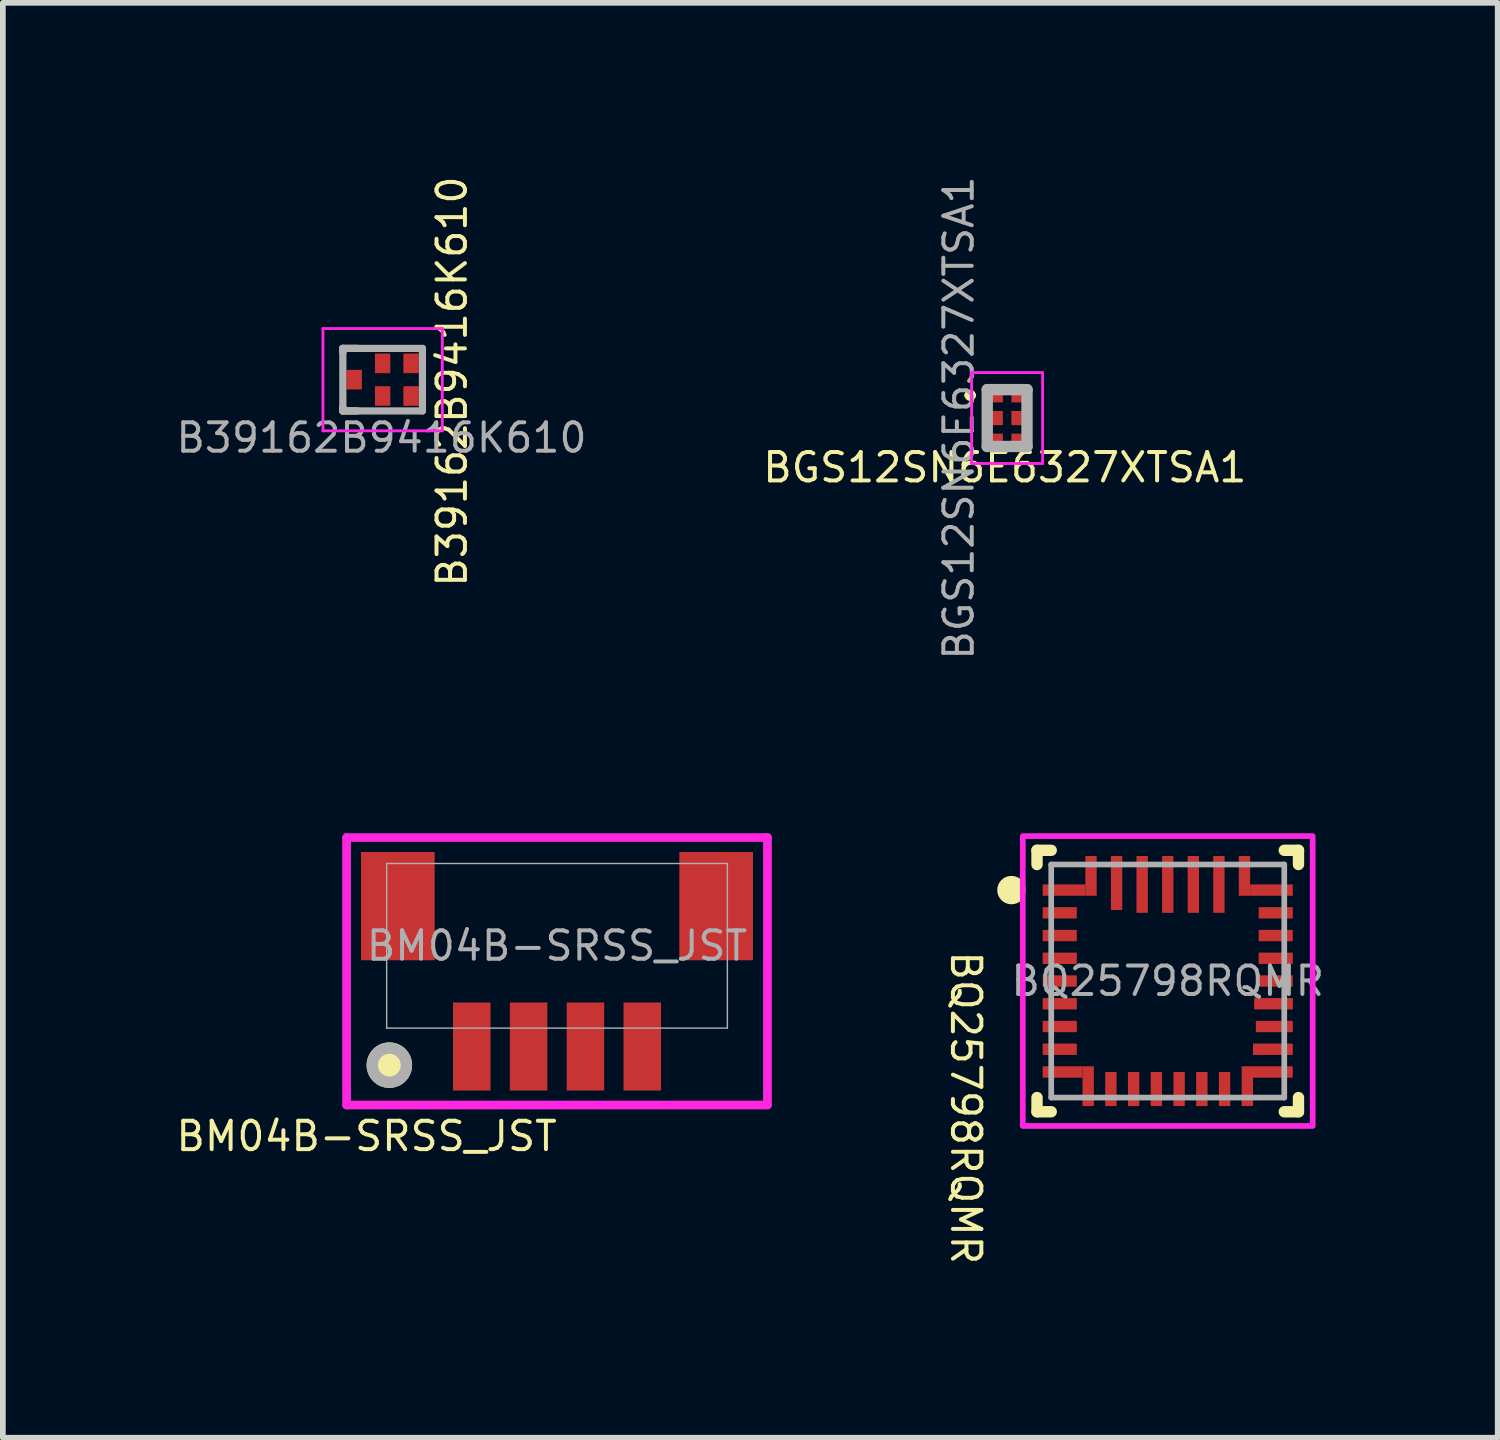
<source format=kicad_pcb>
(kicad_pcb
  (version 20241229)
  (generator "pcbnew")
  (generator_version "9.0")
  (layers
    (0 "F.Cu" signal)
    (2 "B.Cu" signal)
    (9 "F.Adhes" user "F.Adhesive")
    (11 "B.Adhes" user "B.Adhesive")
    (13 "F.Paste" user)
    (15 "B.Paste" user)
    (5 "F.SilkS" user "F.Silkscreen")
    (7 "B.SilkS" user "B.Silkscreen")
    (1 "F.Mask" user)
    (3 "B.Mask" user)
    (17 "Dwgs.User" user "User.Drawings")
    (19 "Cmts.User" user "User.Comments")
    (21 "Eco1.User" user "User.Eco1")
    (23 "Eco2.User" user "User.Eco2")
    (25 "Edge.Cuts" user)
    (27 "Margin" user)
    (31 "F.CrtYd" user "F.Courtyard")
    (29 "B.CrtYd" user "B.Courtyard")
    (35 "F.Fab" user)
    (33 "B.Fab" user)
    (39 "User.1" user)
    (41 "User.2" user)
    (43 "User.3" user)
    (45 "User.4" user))
  (footprint "BM04B-SRSS_JST"
    (layer "F.Cu")
    (at 6.75 13.59)
    (property "Reference" "BM04B-SRSS_JST" (at -3.35 3.35 0) (unlocked yes) (layer "F.SilkS") (effects (font (size 0.5 0.5) (thickness 0.07))))
    (attr smd)
    (fp_circle (center -2.95 2.1) (end -2.65 2.1) (stroke (width 0.2) (type solid)) (fill yes) (layer "F.SilkS"))
    (fp_line (start -3.702 -1.904) (end -3.702 2.801) (stroke (width 0.152) (type solid)) (layer "F.CrtYd"))
    (fp_line (start -3.702 2.801) (end 3.702 2.801) (stroke (width 0.152) (type solid)) (layer "F.CrtYd"))
    (fp_line (start 3.702 -1.904) (end -3.702 -1.904) (stroke (width 0.152) (type solid)) (layer "F.CrtYd"))
    (fp_line (start 3.702 2.801) (end 3.702 -1.904) (stroke (width 0.152) (type solid)) (layer "F.CrtYd"))
    (fp_line (start -2.997 -1.448) (end -2.997 1.448) (stroke (width 0.025) (type solid)) (layer "F.Fab"))
    (fp_line (start -2.997 1.448) (end 2.997 1.448) (stroke (width 0.025) (type solid)) (layer "F.Fab"))
    (fp_line (start 2.997 -1.448) (end -2.997 -1.448) (stroke (width 0.025) (type solid)) (layer "F.Fab"))
    (fp_line (start 2.997 1.448) (end 2.997 -1.448) (stroke (width 0.025) (type solid)) (layer "F.Fab"))
    (fp_circle (center -2.95 2.1) (end -2.65 2.1) (stroke (width 0.2) (type solid)) (fill no) (layer "F.Fab"))
    (fp_text user "${REFERENCE}" (at 0 0 0) (unlocked yes) (layer "F.Fab") (effects (font (size 0.5 0.5) (thickness 0.07))))
    (pad "" smd rect (at -2.8 -0.698) (size 1.295 1.905) (layers "F.Cu" "F.Mask" "F.Paste"))
    (pad "" smd rect (at 2.8 -0.698) (size 1.295 1.905) (layers "F.Cu" "F.Mask" "F.Paste"))
    (pad "1" smd rect (at -1.5 1.772) (size 0.66 1.549) (layers "F.Cu" "F.Mask" "F.Paste"))
    (pad "2" smd rect (at -0.5 1.772) (size 0.66 1.549) (layers "F.Cu" "F.Mask" "F.Paste"))
    (pad "3" smd rect (at 0.5 1.772) (size 0.66 1.549) (layers "F.Cu" "F.Mask" "F.Paste"))
    (pad "4" smd rect (at 1.5 1.772) (size 0.66 1.549) (layers "F.Cu" "F.Mask" "F.Paste")))
  (footprint "BQ25798RQMR"
    (layer "F.Cu")
    (at 17.495 14.21)
    (property "Reference" "BQ25798RQMR" (at -3.552 2.23 270) (unlocked yes) (layer "F.SilkS") (effects (font (size 0.5 0.5) (thickness 0.07))))
    (attr smd)
    (fp_poly (pts (xy -2.2 -1.65) (xy -2.2 -1.7) (xy -1.45 -1.7) (xy -1.45 -2.2) (xy -1.4 -2.2) (xy -1.3 -2.2) (xy -1.25 -2.2) (xy -1.25 -1.5) (xy -1.3 -1.5) (xy -2.2 -1.5) (xy -2.2 -1.55)) (stroke (width 0) (type solid)) (fill yes) (layer "F.Mask"))
    (fp_poly (pts (xy -2.2 1.65) (xy -2.2 1.55) (xy -2.2 1.5) (xy -1.35 1.5) (xy -1.3 1.5) (xy -1.3 2.2) (xy -1.35 2.2) (xy -1.45 2.2) (xy -1.5 2.2) (xy -1.5 1.7) (xy -2.2 1.7)) (stroke (width 0) (type solid)) (fill yes) (layer "F.Mask"))
    (fp_poly (pts (xy 2.2 -1.7) (xy 2.2 -1.5) (xy 2.15 -1.5) (xy 1.25 -1.5) (xy 1.25 -1.55) (xy 1.25 -2.2) (xy 1.3 -2.2) (xy 1.4 -2.2) (xy 1.45 -2.2) (xy 1.45 -1.7) (xy 2.15 -1.7)) (stroke (width 0) (type solid)) (fill yes) (layer "F.Mask"))
    (fp_poly (pts (xy 2.2 1.7) (xy 2.15 1.7) (xy 1.5 1.7) (xy 1.5 2.2) (xy 1.45 2.2) (xy 1.35 2.2) (xy 1.3 2.2) (xy 1.3 1.55) (xy 1.3 1.5) (xy 2.15 1.5) (xy 2.2 1.5)) (stroke (width 0) (type solid)) (fill yes) (layer "F.Mask"))
    (fp_line (start -2.3 -2.3) (end -2.05 -2.3) (stroke (width 0.2) (type solid)) (layer "F.SilkS"))
    (fp_line (start -2.3 -2.05) (end -2.3 -2.3) (stroke (width 0.2) (type solid)) (layer "F.SilkS"))
    (fp_line (start -2.3 2.3) (end -2.3 2.05) (stroke (width 0.2) (type solid)) (layer "F.SilkS"))
    (fp_line (start -2.3 2.3) (end -2.05 2.3) (stroke (width 0.2) (type solid)) (layer "F.SilkS"))
    (fp_line (start 2.05 -2.3) (end 2.3 -2.3) (stroke (width 0.2) (type solid)) (layer "F.SilkS"))
    (fp_line (start 2.05 2.3) (end 2.3 2.3) (stroke (width 0.2) (type solid)) (layer "F.SilkS"))
    (fp_line (start 2.3 -2.05) (end 2.3 -2.3) (stroke (width 0.2) (type solid)) (layer "F.SilkS"))
    (fp_line (start 2.3 2.3) (end 2.3 2.05) (stroke (width 0.2) (type solid)) (layer "F.SilkS"))
    (fp_circle (center -2.75 -1.6) (end -2.625 -1.6) (stroke (width 0.25) (type solid)) (fill no) (layer "F.SilkS"))
    (fp_poly (pts (xy -2.2 -1.65) (xy -2.2 -1.7) (xy -1.45 -1.7) (xy -1.45 -2.2) (xy -1.4 -2.2) (xy -1.3 -2.2) (xy -1.25 -2.2) (xy -1.25 -1.5) (xy -1.3 -1.5) (xy -2.2 -1.5) (xy -2.2 -1.55)) (stroke (width 0) (type solid)) (fill yes) (layer "F.Paste"))
    (fp_poly (pts (xy -2.2 1.65) (xy -2.2 1.55) (xy -2.2 1.5) (xy -1.35 1.5) (xy -1.3 1.5) (xy -1.3 2.2) (xy -1.35 2.2) (xy -1.45 2.2) (xy -1.5 2.2) (xy -1.5 1.7) (xy -2.2 1.7)) (stroke (width 0) (type solid)) (fill yes) (layer "F.Paste"))
    (fp_poly (pts (xy 2.2 1.65) (xy 2.2 1.7) (xy 1.5 1.7) (xy 1.5 2.2) (xy 1.45 2.2) (xy 1.35 2.2) (xy 1.3 2.2) (xy 1.3 1.55) (xy 1.3 1.5) (xy 2.2 1.5) (xy 2.2 1.55)) (stroke (width 0) (type solid)) (fill yes) (layer "F.Paste"))
    (fp_poly (pts (xy 2.2 -1.7) (xy 2.2 -1.5) (xy 2.15 -1.5) (xy 1.3 -1.5) (xy 1.25 -1.5) (xy 1.25 -2.2) (xy 1.3 -2.2) (xy 1.4 -2.2) (xy 1.45 -2.2) (xy 1.45 -1.7) (xy 2.15 -1.7)) (stroke (width 0) (type solid)) (fill yes) (layer "F.Paste"))
    (fp_rect (start -2.55 -2.55) (end 2.55 2.55) (stroke (width 0.1) (type solid)) (fill no) (layer "F.CrtYd"))
    (fp_line (start -2.05 -2.05) (end 2.05 -2.05) (stroke (width 0.1) (type solid)) (layer "F.Fab"))
    (fp_line (start -2.05 2.05) (end -2.05 -2.05) (stroke (width 0.1) (type solid)) (layer "F.Fab"))
    (fp_line (start -2.05 2.05) (end 2.05 2.05) (stroke (width 0.1) (type solid)) (layer "F.Fab"))
    (fp_line (start 2.05 2.05) (end 2.05 -2.05) (stroke (width 0.1) (type solid)) (layer "F.Fab"))
    (fp_text user "${REFERENCE}" (at 0 0 0) (unlocked yes) (layer "F.Fab") (effects (font (size 0.5 0.5) (thickness 0.07))))
    (pad "1" smd rect (at -1.825 -1.6 180) (size 0.75 0.2) (layers "F.Cu" "F.Mask" "F.Paste"))
    (pad "1" smd rect (at -1.35 -1.85 270) (size 0.7 0.2) (layers "F.Cu" "F.Mask" "F.Paste"))
    (pad "2" smd rect (at -1.9 -1.2) (size 0.6 0.2) (layers "F.Cu" "F.Mask" "F.Paste"))
    (pad "3" smd rect (at -1.9 -0.8) (size 0.6 0.2) (layers "F.Cu" "F.Mask" "F.Paste"))
    (pad "4" smd rect (at -1.9 -0.4) (size 0.6 0.2) (layers "F.Cu" "F.Mask" "F.Paste"))
    (pad "5" smd rect (at -1.9 0) (size 0.6 0.2) (layers "F.Cu" "F.Mask" "F.Paste"))
    (pad "6" smd rect (at -1.9 0.4) (size 0.6 0.2) (layers "F.Cu" "F.Mask" "F.Paste"))
    (pad "7" smd rect (at -1.9 0.8) (size 0.6 0.2) (layers "F.Cu" "F.Mask" "F.Paste"))
    (pad "8" smd rect (at -1.9 1.2) (size 0.6 0.2) (layers "F.Cu" "F.Mask" "F.Paste"))
    (pad "9" smd rect (at -1.85 1.6) (size 0.7 0.2) (layers "F.Cu" "F.Mask" "F.Paste"))
    (pad "9" smd rect (at -1.4 1.85 270) (size 0.7 0.2) (layers "F.Cu" "F.Mask" "F.Paste"))
    (pad "10" smd rect (at -1 1.9 90) (size 0.6 0.2) (layers "F.Cu" "F.Mask" "F.Paste"))
    (pad "11" smd rect (at -0.6 1.9 90) (size 0.6 0.2) (layers "F.Cu" "F.Mask" "F.Paste"))
    (pad "12" smd rect (at -0.2 1.9 90) (size 0.6 0.2) (layers "F.Cu" "F.Mask" "F.Paste"))
    (pad "13" smd rect (at 0.2 1.9 90) (size 0.6 0.2) (layers "F.Cu" "F.Mask" "F.Paste"))
    (pad "14" smd rect (at 0.6 1.9 90) (size 0.6 0.2) (layers "F.Cu" "F.Mask" "F.Paste"))
    (pad "15" smd rect (at 1 1.9 90) (size 0.6 0.2) (layers "F.Cu" "F.Mask" "F.Paste"))
    (pad "16" smd rect (at 1.4 1.85 90) (size 0.7 0.2) (layers "F.Cu" "F.Mask" "F.Paste"))
    (pad "16" smd rect (at 1.85 1.6) (size 0.7 0.2) (layers "F.Cu" "F.Mask" "F.Paste"))
    (pad "17" smd rect (at 1.85 1.2) (size 0.7 0.2) (layers "F.Cu" "F.Mask" "F.Paste"))
    (pad "18" smd rect (at 1.875 0.8) (size 0.65 0.2) (layers "F.Cu" "F.Mask" "F.Paste"))
    (pad "19" smd rect (at 1.86 0.4) (size 0.68 0.2) (layers "F.Cu" "F.Mask" "F.Paste"))
    (pad "20" smd rect (at 1.9 0) (size 0.6 0.2) (layers "F.Cu" "F.Mask" "F.Paste"))
    (pad "21" smd rect (at 1.9 -0.4) (size 0.6 0.2) (layers "F.Cu" "F.Mask" "F.Paste"))
    (pad "22" smd rect (at 1.9 -0.8) (size 0.6 0.2) (layers "F.Cu" "F.Mask" "F.Paste"))
    (pad "23" smd rect (at 1.9 -1.2) (size 0.6 0.2) (layers "F.Cu" "F.Mask" "F.Paste"))
    (pad "24" smd rect (at 1.35 -1.85 90) (size 0.7 0.2) (layers "F.Cu" "F.Mask" "F.Paste"))
    (pad "24" smd rect (at 1.825 -1.6 180) (size 0.75 0.2) (layers "F.Cu" "F.Mask" "F.Paste"))
    (pad "25" smd rect (at 0.9 -1.7) (size 0.2 1) (layers "F.Cu" "F.Mask" "F.Paste"))
    (pad "26" smd rect (at 0.45 -1.7) (size 0.2 1) (layers "F.Cu" "F.Mask" "F.Paste"))
    (pad "27" smd rect (at 0 -1.7) (size 0.2 1) (layers "F.Cu" "F.Mask" "F.Paste"))
    (pad "28" smd rect (at -0.45 -1.7) (size 0.2 1) (layers "F.Cu" "F.Mask" "F.Paste"))
    (pad "29" smd rect (at -0.9 -1.725) (size 0.2 0.95) (layers "F.Cu" "F.Mask" "F.Paste")))
  (footprint "B39162B9416K610"
    (layer "F.Cu")
    (at 3.682 3.63)
    (property "Reference" "B39162B9416K610" (at 1.22 0.033 90) (layer "F.SilkS") (effects (font (size 0.5 0.5) (thickness 0.07))))
    (attr smd)
    (fp_line (start -0.7 -0.55) (end -0.445 -0.55) (stroke (width 0.127) (type solid)) (layer "F.SilkS"))
    (fp_line (start -0.7 -0.482) (end -0.7 -0.55) (stroke (width 0.127) (type solid)) (layer "F.SilkS"))
    (fp_line (start -0.7 0.55) (end -0.7 0.482) (stroke (width 0.127) (type solid)) (layer "F.SilkS"))
    (fp_line (start -0.445 0.55) (end -0.7 0.55) (stroke (width 0.127) (type solid)) (layer "F.SilkS"))
    (fp_line (start -1.05 -0.9) (end -1.05 0.9) (stroke (width 0.05) (type solid)) (layer "F.CrtYd"))
    (fp_line (start -1.05 0.9) (end 1.05 0.9) (stroke (width 0.05) (type solid)) (layer "F.CrtYd"))
    (fp_line (start 1.05 -0.9) (end -1.05 -0.9) (stroke (width 0.05) (type solid)) (layer "F.CrtYd"))
    (fp_line (start 1.05 0.9) (end 1.05 -0.9) (stroke (width 0.05) (type solid)) (layer "F.CrtYd"))
    (fp_line (start -0.7 -0.55) (end 0.7 -0.55) (stroke (width 0.127) (type solid)) (layer "F.Fab"))
    (fp_line (start -0.7 0.55) (end -0.7 -0.55) (stroke (width 0.127) (type solid)) (layer "F.Fab"))
    (fp_line (start 0.7 -0.55) (end 0.7 0.55) (stroke (width 0.127) (type solid)) (layer "F.Fab"))
    (fp_line (start 0.7 0.55) (end -0.7 0.55) (stroke (width 0.127) (type solid)) (layer "F.Fab"))
    (fp_text user "${REFERENCE}" (at -0.02 1.022 0) (layer "F.Fab") (effects (font (size 0.5 0.5) (thickness 0.07))))
    (pad "1" smd rect (at -0.5 0 90) (size 0.345 0.27) (layers "F.Cu" "F.Mask" "F.Paste"))
    (pad "2" smd rect (at 0 0.287 90) (size 0.345 0.27) (layers "F.Cu" "F.Mask" "F.Paste"))
    (pad "3" smd rect (at 0.5 0.287 90) (size 0.345 0.27) (layers "F.Cu" "F.Mask" "F.Paste"))
    (pad "4" smd rect (at 0.5 -0.287 90) (size 0.345 0.27) (layers "F.Cu" "F.Mask" "F.Paste"))
    (pad "5" smd rect (at 0 -0.287 90) (size 0.345 0.27) (layers "F.Cu" "F.Mask" "F.Paste")))
  (footprint "BGS12SN6E6327XTSA1"
    (layer "F.Cu")
    (at 14.494 4.305)
    (property "Reference" "BGS12SN6E6327XTSA1" (at 0.135 0.87 0) (layer "F.SilkS") (effects (font (size 0.5 0.5) (thickness 0.07))))
    (attr smd)
    (fp_line (start -0.525 -0.4) (end -0.525 -0.4) (stroke (width 0.1) (type solid)) (layer "F.SilkS"))
    (fp_line (start -0.425 -0.4) (end -0.425 -0.4) (stroke (width 0.1) (type solid)) (layer "F.SilkS"))
    (fp_arc (start -0.525 -0.4) (mid -0.475 -0.45) (end -0.425 -0.4) (stroke (width 0.1) (type solid)) (layer "F.SilkS"))
    (fp_arc (start -0.425 -0.4) (mid -0.475 -0.35) (end -0.525 -0.4) (stroke (width 0.1) (type solid)) (layer "F.SilkS"))
    (fp_line (start -0.45 -0.8) (end 0.8 -0.8) (stroke (width 0.05) (type solid)) (layer "F.CrtYd"))
    (fp_line (start -0.45 0.8) (end -0.45 -0.8) (stroke (width 0.05) (type solid)) (layer "F.CrtYd"))
    (fp_line (start 0.8 -0.8) (end 0.8 0.8) (stroke (width 0.05) (type solid)) (layer "F.CrtYd"))
    (fp_line (start 0.8 0.8) (end -0.45 0.8) (stroke (width 0.05) (type solid)) (layer "F.CrtYd"))
    (fp_line (start -0.175 -0.5) (end 0.525 -0.5) (stroke (width 0.2) (type solid)) (layer "F.Fab"))
    (fp_line (start -0.175 0.5) (end -0.175 -0.5) (stroke (width 0.2) (type solid)) (layer "F.Fab"))
    (fp_line (start 0.525 -0.5) (end 0.525 0.5) (stroke (width 0.2) (type solid)) (layer "F.Fab"))
    (fp_line (start 0.525 0.5) (end -0.175 0.5) (stroke (width 0.2) (type solid)) (layer "F.Fab"))
    (fp_text user "${REFERENCE}" (at -0.675 0 270) (layer "F.Fab") (effects (font (size 0.5 0.5) (thickness 0.07))))
    (pad "1" smd rect (at -0.025 -0.4 90) (size 0.25 0.25) (layers "F.Cu" "F.Mask" "F.Paste"))
    (pad "2" smd rect (at -0.025 0 90) (size 0.25 0.25) (layers "F.Cu" "F.Mask" "F.Paste"))
    (pad "3" smd rect (at -0.025 0.4 90) (size 0.25 0.25) (layers "F.Cu" "F.Mask" "F.Paste"))
    (pad "4" smd rect (at 0.375 0.4 90) (size 0.25 0.25) (layers "F.Cu" "F.Mask" "F.Paste"))
    (pad "5" smd rect (at 0.375 0 90) (size 0.25 0.25) (layers "F.Cu" "F.Mask" "F.Paste"))
    (pad "6" smd rect (at 0.375 -0.4 90) (size 0.25 0.25) (layers "F.Cu" "F.Mask" "F.Paste")))
  (gr_rect
    (start -3 -3)
    (end 23.3 22.245)
    (stroke (width 0.1) (type default))
    (fill no)
    (layer "Edge.Cuts")))
</source>
